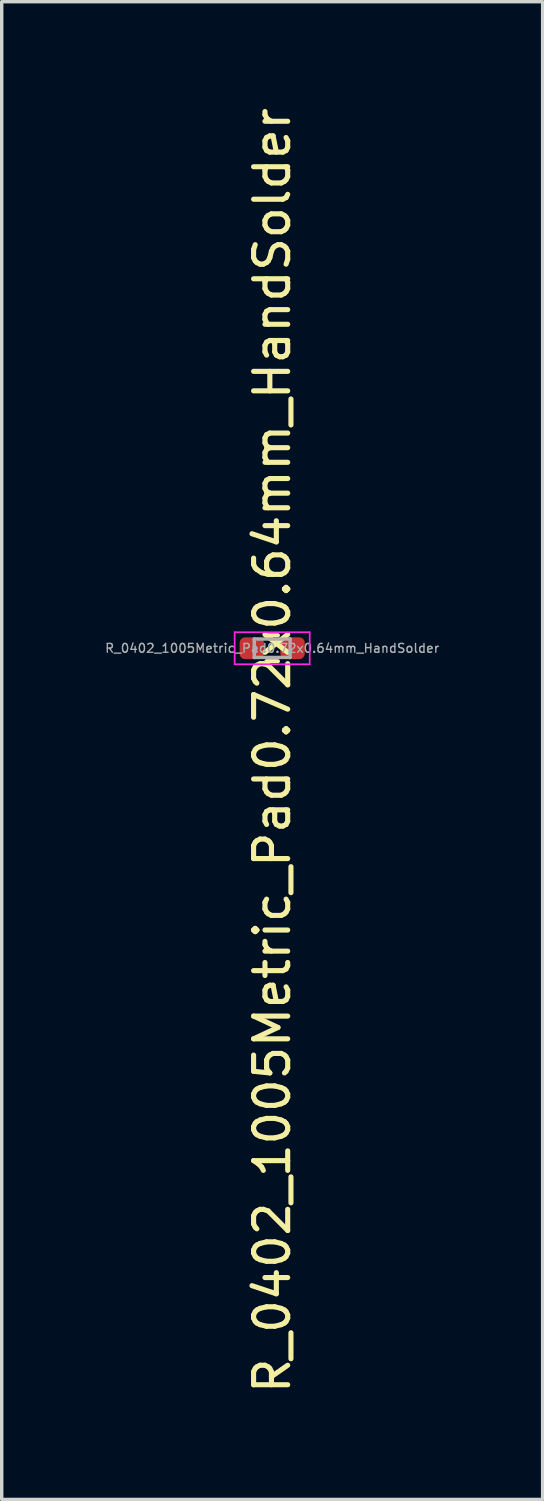
<source format=kicad_pcb>
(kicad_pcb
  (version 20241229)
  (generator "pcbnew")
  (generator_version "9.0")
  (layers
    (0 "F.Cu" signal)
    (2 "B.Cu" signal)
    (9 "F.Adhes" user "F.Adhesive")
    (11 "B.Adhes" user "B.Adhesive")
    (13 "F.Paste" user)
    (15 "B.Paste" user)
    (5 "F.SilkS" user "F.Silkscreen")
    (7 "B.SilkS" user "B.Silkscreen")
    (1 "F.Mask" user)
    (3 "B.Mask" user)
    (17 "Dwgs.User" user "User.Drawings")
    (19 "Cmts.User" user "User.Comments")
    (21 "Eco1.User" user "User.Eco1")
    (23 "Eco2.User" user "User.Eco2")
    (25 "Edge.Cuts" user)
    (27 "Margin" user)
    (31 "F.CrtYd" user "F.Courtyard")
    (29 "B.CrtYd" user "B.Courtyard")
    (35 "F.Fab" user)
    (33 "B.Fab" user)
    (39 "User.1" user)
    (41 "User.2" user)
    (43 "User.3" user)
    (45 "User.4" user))
  (footprint "R_0402_1005Metric_Pad0.72x0.64mm_HandSolder"
    (layer "F.Cu")
    (at 4.931 15.958)
    (property "Reference" "R_0402_1005Metric_Pad0.72x0.64mm_HandSolder" (at 0 3 270) (layer "F.SilkS") (effects (font (size 1 1) (thickness 0.15))))
    (attr smd)
    (fp_line (start -0.168 -0.38) (end 0.168 -0.38) (stroke (width 0.12) (type solid)) (layer "F.SilkS"))
    (fp_line (start -0.168 0.38) (end 0.168 0.38) (stroke (width 0.12) (type solid)) (layer "F.SilkS"))
    (fp_line (start -1.1 -0.47) (end 1.1 -0.47) (stroke (width 0.05) (type solid)) (layer "F.CrtYd"))
    (fp_line (start -1.1 0.47) (end -1.1 -0.47) (stroke (width 0.05) (type solid)) (layer "F.CrtYd"))
    (fp_line (start 1.1 -0.47) (end 1.1 0.47) (stroke (width 0.05) (type solid)) (layer "F.CrtYd"))
    (fp_line (start 1.1 0.47) (end -1.1 0.47) (stroke (width 0.05) (type solid)) (layer "F.CrtYd"))
    (fp_line (start -0.525 -0.27) (end 0.525 -0.27) (stroke (width 0.1) (type solid)) (layer "F.Fab"))
    (fp_line (start -0.525 0.27) (end -0.525 -0.27) (stroke (width 0.1) (type solid)) (layer "F.Fab"))
    (fp_line (start 0.525 -0.27) (end 0.525 0.27) (stroke (width 0.1) (type solid)) (layer "F.Fab"))
    (fp_line (start 0.525 0.27) (end -0.525 0.27) (stroke (width 0.1) (type solid)) (layer "F.Fab"))
    (fp_text user "${REFERENCE}" (at 0 0 0) (layer "F.Fab") (effects (font (size 0.26 0.26) (thickness 0.04))))
    (pad "1" smd roundrect (at -0.598 0) (size 0.715 0.64) (layers "F.Cu" "F.Mask" "F.Paste") (roundrect_rratio 0.25))
    (pad "2" smd roundrect (at 0.598 0) (size 0.715 0.64) (layers "F.Cu" "F.Mask" "F.Paste") (roundrect_rratio 0.25)))
  (gr_rect
    (start -3 -3)
    (end 12.861 40.917)
    (stroke (width 0.1) (type default))
    (fill no)
    (layer "Edge.Cuts")))
</source>
